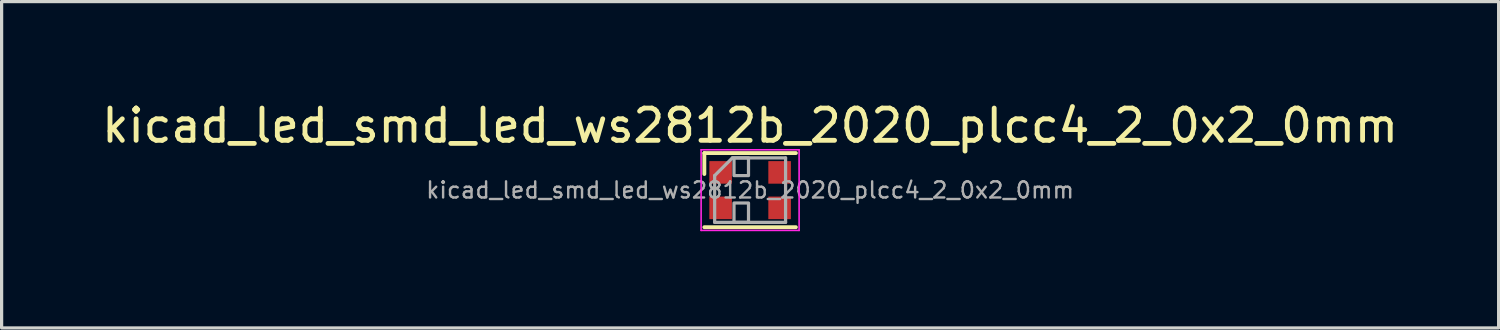
<source format=kicad_pcb>
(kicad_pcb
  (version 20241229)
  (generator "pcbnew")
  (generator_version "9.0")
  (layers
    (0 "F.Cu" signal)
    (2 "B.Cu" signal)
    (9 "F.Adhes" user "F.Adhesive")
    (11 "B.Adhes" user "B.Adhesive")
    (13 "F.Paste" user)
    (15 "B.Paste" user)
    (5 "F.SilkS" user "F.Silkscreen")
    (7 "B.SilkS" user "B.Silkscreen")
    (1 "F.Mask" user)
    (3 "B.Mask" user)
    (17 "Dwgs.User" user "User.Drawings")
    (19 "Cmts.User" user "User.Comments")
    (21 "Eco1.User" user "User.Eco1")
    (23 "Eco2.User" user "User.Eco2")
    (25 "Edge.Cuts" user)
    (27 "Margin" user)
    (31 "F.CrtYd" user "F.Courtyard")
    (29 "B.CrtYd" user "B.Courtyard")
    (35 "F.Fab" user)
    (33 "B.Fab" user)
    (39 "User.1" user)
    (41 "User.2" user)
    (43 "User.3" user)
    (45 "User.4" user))
  (footprint "kicad_led_smd_led_ws2812b_2020_plcc4_2_0x2_0mm"
    (layer "F.Cu")
    (at 20.22 2.848)
    (property "Reference" "kicad_led_smd_led_ws2812b_2020_plcc4_2_0x2_0mm" (at 0 -2 0) (layer "F.SilkS") (effects (font (size 1 1) (thickness 0.15))))
    (attr smd)
    (fp_line (start -1.42 -1.15) (end -1.42 -0.5) (stroke (width 0.12) (type solid)) (layer "F.SilkS"))
    (fp_line (start -1.42 -1.15) (end 1.42 -1.15) (stroke (width 0.12) (type solid)) (layer "F.SilkS"))
    (fp_line (start -1.42 1.15) (end 1.42 1.15) (stroke (width 0.12) (type solid)) (layer "F.SilkS"))
    (fp_line (start -1.52 -1.25) (end -1.52 1.25) (stroke (width 0.05) (type solid)) (layer "F.CrtYd"))
    (fp_line (start -1.52 1.25) (end 1.52 1.25) (stroke (width 0.05) (type solid)) (layer "F.CrtYd"))
    (fp_line (start 1.52 -1.25) (end -1.52 -1.25) (stroke (width 0.05) (type solid)) (layer "F.CrtYd"))
    (fp_line (start 1.52 1.25) (end 1.52 -1.25) (stroke (width 0.05) (type solid)) (layer "F.CrtYd"))
    (fp_line (start -1.1 -0.45) (end -1.1 1) (stroke (width 0.1) (type solid)) (layer "F.Fab"))
    (fp_line (start -1.1 1) (end 1.1 1) (stroke (width 0.1) (type solid)) (layer "F.Fab"))
    (fp_line (start -0.55 -1) (end -1.1 -0.45) (stroke (width 0.1) (type solid)) (layer "F.Fab"))
    (fp_line (start 1.1 -1) (end -0.55 -1) (stroke (width 0.1) (type solid)) (layer "F.Fab"))
    (fp_line (start 1.1 -1) (end 1.1 1) (stroke (width 0.1) (type solid)) (layer "F.Fab"))
    (fp_rect (start -0.5 -1) (end -0.05 -0.45) (stroke (width 0.1) (type solid)) (fill no) (layer "F.Fab"))
    (fp_rect (start -0.5 0.4) (end -0.05 1) (stroke (width 0.1) (type solid)) (fill no) (layer "F.Fab"))
    (fp_text user "${REFERENCE}" (at 0 0 0) (layer "F.Fab") (effects (font (size 0.5 0.5) (thickness 0.075))))
    (pad "1" smd rect (at -0.915 -0.55) (size 0.7 0.7) (layers "F.Cu" "F.Mask" "F.Paste"))
    (pad "2" smd rect (at -0.915 0.55) (size 0.7 0.7) (layers "F.Cu" "F.Mask" "F.Paste"))
    (pad "3" smd rect (at 0.915 0.55) (size 0.7 0.7) (layers "F.Cu" "F.Mask" "F.Paste"))
    (pad "4" smd rect (at 0.915 -0.55) (size 0.7 0.7) (layers "F.Cu" "F.Mask" "F.Paste")))
  (gr_rect
    (start -3 -3)
    (end 43.44 7.123)
    (stroke (width 0.1) (type default))
    (fill no)
    (layer "Edge.Cuts")))
</source>
